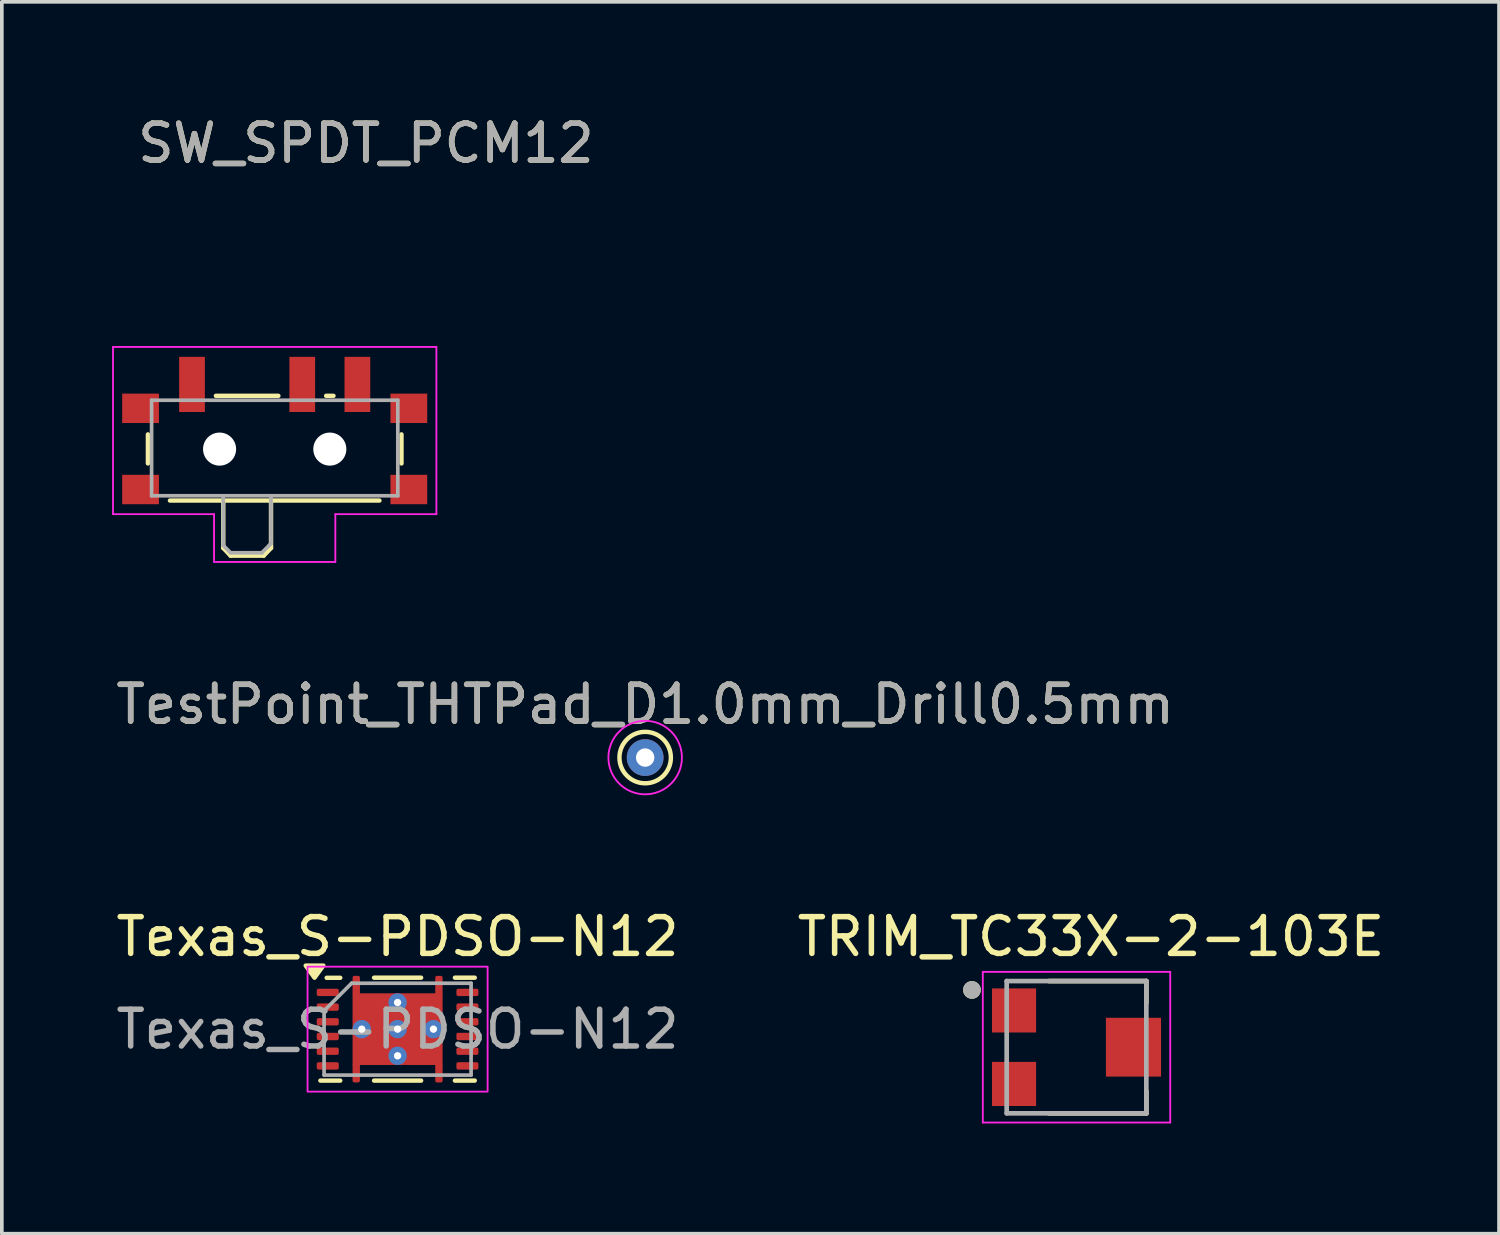
<source format=kicad_pcb>
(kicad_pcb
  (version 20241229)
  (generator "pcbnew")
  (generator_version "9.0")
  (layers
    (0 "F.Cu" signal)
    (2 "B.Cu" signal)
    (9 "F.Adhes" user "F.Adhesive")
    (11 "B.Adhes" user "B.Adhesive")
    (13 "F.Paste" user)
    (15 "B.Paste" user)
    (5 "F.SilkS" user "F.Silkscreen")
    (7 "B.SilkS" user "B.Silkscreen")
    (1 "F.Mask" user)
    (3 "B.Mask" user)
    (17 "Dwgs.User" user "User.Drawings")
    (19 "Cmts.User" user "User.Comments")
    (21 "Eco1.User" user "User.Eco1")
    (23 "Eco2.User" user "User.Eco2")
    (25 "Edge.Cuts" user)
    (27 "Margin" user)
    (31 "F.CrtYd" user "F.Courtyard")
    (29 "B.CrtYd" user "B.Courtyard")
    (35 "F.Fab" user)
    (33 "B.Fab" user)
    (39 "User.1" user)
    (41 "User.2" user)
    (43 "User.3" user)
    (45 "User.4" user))
  (footprint "SW_SPDT_PCM12"
    (layer "F.Cu")
    (at 4.425 8.841)
    (property "Reference" "SW_SPDT_PCM12" (at 2.483 -7.993 180) (layer "F.SilkS") (effects (font (size 1 1) (thickness 0.15))))
    (attr smd)
    (fp_line (start -3.45 -0.07) (end -3.45 0.72) (stroke (width 0.12) (type solid)) (layer "F.SilkS"))
    (fp_line (start -2.85 1.73) (end 2.85 1.73) (stroke (width 0.12) (type solid)) (layer "F.SilkS"))
    (fp_line (start -1.6 -1.12) (end 0.1 -1.12) (stroke (width 0.12) (type solid)) (layer "F.SilkS"))
    (fp_line (start -1.4 1.73) (end -1.4 3.02) (stroke (width 0.12) (type solid)) (layer "F.SilkS"))
    (fp_line (start -1.4 3.02) (end -1.2 3.23) (stroke (width 0.12) (type solid)) (layer "F.SilkS"))
    (fp_line (start -1.2 3.23) (end -0.3 3.23) (stroke (width 0.12) (type solid)) (layer "F.SilkS"))
    (fp_line (start -0.1 3.02) (end -0.3 3.23) (stroke (width 0.12) (type solid)) (layer "F.SilkS"))
    (fp_line (start -0.1 3.02) (end -0.1 1.73) (stroke (width 0.12) (type solid)) (layer "F.SilkS"))
    (fp_line (start 1.4 -1.12) (end 1.6 -1.12) (stroke (width 0.12) (type solid)) (layer "F.SilkS"))
    (fp_line (start 3.45 0.72) (end 3.45 -0.07) (stroke (width 0.12) (type solid)) (layer "F.SilkS"))
    (fp_line (start -4.4 -2.45) (end 4.4 -2.45) (stroke (width 0.05) (type solid)) (layer "F.CrtYd"))
    (fp_line (start -4.4 2.1) (end -4.4 -2.45) (stroke (width 0.05) (type solid)) (layer "F.CrtYd"))
    (fp_line (start -1.65 2.1) (end -4.4 2.1) (stroke (width 0.05) (type solid)) (layer "F.CrtYd"))
    (fp_line (start -1.65 3.4) (end -1.65 2.1) (stroke (width 0.05) (type solid)) (layer "F.CrtYd"))
    (fp_line (start 1.65 2.1) (end 1.65 3.4) (stroke (width 0.05) (type solid)) (layer "F.CrtYd"))
    (fp_line (start 1.65 3.4) (end -1.65 3.4) (stroke (width 0.05) (type solid)) (layer "F.CrtYd"))
    (fp_line (start 4.4 -2.45) (end 4.4 2.1) (stroke (width 0.05) (type solid)) (layer "F.CrtYd"))
    (fp_line (start 4.4 2.1) (end 1.65 2.1) (stroke (width 0.05) (type solid)) (layer "F.CrtYd"))
    (fp_line (start -3.35 -1) (end -3.35 1.6) (stroke (width 0.1) (type solid)) (layer "F.Fab"))
    (fp_line (start -3.35 1.6) (end 3.35 1.6) (stroke (width 0.1) (type solid)) (layer "F.Fab"))
    (fp_line (start -1.4 1.65) (end -1.4 2.95) (stroke (width 0.1) (type solid)) (layer "F.Fab"))
    (fp_line (start -1.4 2.95) (end -1.2 3.15) (stroke (width 0.1) (type solid)) (layer "F.Fab"))
    (fp_line (start -1.2 3.15) (end -0.35 3.15) (stroke (width 0.1) (type solid)) (layer "F.Fab"))
    (fp_line (start -0.35 3.15) (end -0.15 2.95) (stroke (width 0.1) (type solid)) (layer "F.Fab"))
    (fp_line (start -0.15 2.95) (end -0.1 2.9) (stroke (width 0.1) (type solid)) (layer "F.Fab"))
    (fp_line (start -0.1 2.9) (end -0.1 1.6) (stroke (width 0.1) (type solid)) (layer "F.Fab"))
    (fp_line (start 3.35 -1) (end -3.35 -1) (stroke (width 0.1) (type solid)) (layer "F.Fab"))
    (fp_line (start 3.35 1.6) (end 3.35 -1) (stroke (width 0.1) (type solid)) (layer "F.Fab"))
    (fp_text user "${REFERENCE}" (at 2.483 -7.993 180) (layer "F.Fab") (effects (font (size 1 1) (thickness 0.15))))
    (pad "" smd rect (at -3.65 -0.78) (size 1 0.8) (layers "F.Cu" "F.Mask" "F.Paste"))
    (pad "" smd rect (at -3.65 1.43) (size 1 0.8) (layers "F.Cu" "F.Mask" "F.Paste"))
    (pad "" np_thru_hole circle (at -1.5 0.33) (size 0.9 0.9) (drill 0.9) (layers "*.Cu" "*.Mask"))
    (pad "" np_thru_hole circle (at 1.5 0.33) (size 0.9 0.9) (drill 0.9) (layers "*.Cu" "*.Mask"))
    (pad "" smd rect (at 3.65 -0.78) (size 1 0.8) (layers "F.Cu" "F.Mask" "F.Paste"))
    (pad "" smd rect (at 3.65 1.43) (size 1 0.8) (layers "F.Cu" "F.Mask" "F.Paste"))
    (pad "1" smd rect (at -2.25 -1.43) (size 0.7 1.5) (layers "F.Cu" "F.Mask" "F.Paste"))
    (pad "2" smd rect (at 0.75 -1.43) (size 0.7 1.5) (layers "F.Cu" "F.Mask" "F.Paste"))
    (pad "3" smd rect (at 2.25 -1.43) (size 0.7 1.5) (layers "F.Cu" "F.Mask" "F.Paste")))
  (footprint "TestPoint_THTPad_D1.0mm_Drill0.5mm"
    (layer "F.Cu")
    (at 14.506 17.565)
    (property "Reference" "TestPoint_THTPad_D1.0mm_Drill0.5mm" (at 0 -1.448 0) (layer "F.SilkS") (effects (font (size 1 1) (thickness 0.15))))
    (attr exclude_from_pos_files)
    (fp_circle (center 0 0) (end 0 0.7) (stroke (width 0.12) (type solid)) (fill no) (layer "F.SilkS"))
    (fp_circle (center 0 0) (end 1 0) (stroke (width 0.05) (type solid)) (fill no) (layer "F.CrtYd"))
    (fp_text user "${REFERENCE}" (at 0 -1.45 0) (layer "F.Fab") (effects (font (size 1 1) (thickness 0.15))))
    (pad "1" thru_hole circle (at 0 0) (size 1 1) (drill 0.5) (layers "*.Cu" "*.Mask")))
  (footprint "TRIM_TC33X-2-103E"
    (layer "F.Cu")
    (at 26.344 25.446)
    (property "Reference" "TRIM_TC33X-2-103E" (at 0.294 -3.008 0) (layer "F.SilkS") (effects (font (size 1 1) (thickness 0.15))))
    (attr smd)
    (fp_line (start -0.85 -1.8) (end 1.8 -1.8) (stroke (width 0.127) (type solid)) (layer "F.SilkS"))
    (fp_line (start -0.85 1.8) (end 1.8 1.8) (stroke (width 0.127) (type solid)) (layer "F.SilkS"))
    (fp_line (start 1.8 -1.8) (end 1.8 -1.2) (stroke (width 0.127) (type solid)) (layer "F.SilkS"))
    (fp_line (start 1.8 1.8) (end 1.8 1.2) (stroke (width 0.127) (type solid)) (layer "F.SilkS"))
    (fp_circle (center -2.946 -1.558) (end -2.826 -1.558) (stroke (width 0.24) (type solid)) (fill no) (layer "F.SilkS"))
    (fp_line (start -2.65 -2.05) (end 2.45 -2.05) (stroke (width 0.05) (type solid)) (layer "F.CrtYd"))
    (fp_line (start -2.65 2.05) (end -2.65 -2.05) (stroke (width 0.05) (type solid)) (layer "F.CrtYd"))
    (fp_line (start 2.45 -2.05) (end 2.45 2.05) (stroke (width 0.05) (type solid)) (layer "F.CrtYd"))
    (fp_line (start 2.45 2.05) (end -2.65 2.05) (stroke (width 0.05) (type solid)) (layer "F.CrtYd"))
    (fp_line (start -2 -1.8) (end 1.8 -1.8) (stroke (width 0.127) (type solid)) (layer "F.Fab"))
    (fp_line (start -2 1.8) (end -2 -1.8) (stroke (width 0.127) (type solid)) (layer "F.Fab"))
    (fp_line (start 1.8 -1.8) (end 1.8 1.8) (stroke (width 0.127) (type solid)) (layer "F.Fab"))
    (fp_line (start 1.8 1.8) (end -2 1.8) (stroke (width 0.127) (type solid)) (layer "F.Fab"))
    (fp_circle (center -2.946 -1.558) (end -2.826 -1.558) (stroke (width 0.24) (type solid)) (fill no) (layer "F.Fab"))
    (pad "1" smd rect (at -1.8 -1) (size 1.2 1.2) (layers "F.Cu" "F.Mask" "F.Paste"))
    (pad "2" smd rect (at 1.45 0) (size 1.5 1.6) (layers "F.Cu" "F.Mask" "F.Paste"))
    (pad "3" smd rect (at -1.8 1) (size 1.2 1.2) (layers "F.Cu" "F.Mask" "F.Paste")))
  (footprint "Texas_S-PDSO-N12"
    (layer "F.Cu")
    (at 7.769 24.955)
    (property "Reference" "Texas_S-PDSO-N12" (at -0.001 -2.517 180) (layer "F.SilkS") (effects (font (size 1 1) (thickness 0.15))))
    (attr smd)
    (fp_line (start -1.56 -1.397) (end -1.93 -1.397) (stroke (width 0.12) (type solid)) (layer "F.SilkS"))
    (fp_line (start -1.56 1.4) (end -2.1 1.4) (stroke (width 0.12) (type solid)) (layer "F.SilkS"))
    (fp_line (start 0.64 -1.4) (end -0.64 -1.4) (stroke (width 0.12) (type solid)) (layer "F.SilkS"))
    (fp_line (start 0.64 1.4) (end -0.64 1.4) (stroke (width 0.12) (type solid)) (layer "F.SilkS"))
    (fp_line (start 1.56 -1.4) (end 2.1 -1.4) (stroke (width 0.12) (type solid)) (layer "F.SilkS"))
    (fp_line (start 1.56 1.4) (end 2.1 1.4) (stroke (width 0.12) (type solid)) (layer "F.SilkS"))
    (fp_poly (pts (xy -2.26 -1.4) (xy -2.5 -1.73) (xy -2.02 -1.73) (xy -2.26 -1.4)) (stroke (width 0.12) (type solid)) (fill yes) (layer "F.SilkS"))
    (fp_rect (start -2.45 -1.7) (end 2.45 1.7) (stroke (width 0.05) (type default)) (fill no) (layer "F.CrtYd"))
    (fp_line (start -2 -0.5) (end -2 1.25) (stroke (width 0.1) (type solid)) (layer "F.Fab"))
    (fp_line (start -2 -0.5) (end -1.25 -1.25) (stroke (width 0.1) (type solid)) (layer "F.Fab"))
    (fp_line (start -2 1.25) (end 2 1.25) (stroke (width 0.1) (type solid)) (layer "F.Fab"))
    (fp_line (start -1.25 -1.25) (end 2 -1.25) (stroke (width 0.1) (type solid)) (layer "F.Fab"))
    (fp_line (start 2 1.25) (end 2 -1.25) (stroke (width 0.1) (type solid)) (layer "F.Fab"))
    (fp_text user "${REFERENCE}" (at -0.001 0.003 180) (layer "F.Fab") (effects (font (size 1 1) (thickness 0.15))))
    (pad "" smd roundrect (at -1.125 -1.262) (size 0.2 0.375) (layers "F.Paste") (roundrect_rratio 0.25))
    (pad "" smd roundrect (at -1.125 1.262) (size 0.2 0.375) (layers "F.Paste") (roundrect_rratio 0.25))
    (pad "" smd roundrect (at -0.64 0) (size 1.08 1.75) (layers "F.Paste") (roundrect_rratio 0.25))
    (pad "" smd roundrect (at 0.64 0) (size 1.08 1.75) (layers "F.Paste") (roundrect_rratio 0.25))
    (pad "" smd roundrect (at 1.125 -1.262) (size 0.2 0.375) (layers "F.Paste") (roundrect_rratio 0.25))
    (pad "" smd roundrect (at 1.125 1.262) (size 0.2 0.375) (layers "F.Paste") (roundrect_rratio 0.25))
    (pad "1" smd roundrect (at -1.9 -1) (size 0.6 0.2) (layers "F.Cu" "F.Mask" "F.Paste") (roundrect_rratio 0.25) (chamfer_ratio 0.2) (chamfer))
    (pad "2" smd roundrect (at -1.9 -0.6) (size 0.6 0.2) (layers "F.Cu" "F.Mask" "F.Paste") (roundrect_rratio 0.25) (chamfer_ratio 0.2) (chamfer))
    (pad "3" smd roundrect (at -1.9 -0.2) (size 0.6 0.2) (layers "F.Cu" "F.Mask" "F.Paste") (roundrect_rratio 0.25) (chamfer_ratio 0.2) (chamfer))
    (pad "4" smd roundrect (at -1.9 0.2) (size 0.6 0.2) (layers "F.Cu" "F.Mask" "F.Paste") (roundrect_rratio 0.25) (chamfer_ratio 0.2) (chamfer))
    (pad "5" smd roundrect (at -1.9 0.6) (size 0.6 0.2) (layers "F.Cu" "F.Mask" "F.Paste") (roundrect_rratio 0.25) (chamfer_ratio 0.2) (chamfer))
    (pad "6" smd roundrect (at -1.9 1) (size 0.6 0.2) (layers "F.Cu" "F.Mask" "F.Paste") (roundrect_rratio 0.25) (chamfer_ratio 0.2) (chamfer))
    (pad "7" smd roundrect (at 1.9 1) (size 0.6 0.2) (layers "F.Cu" "F.Mask" "F.Paste") (roundrect_rratio 0.25) (chamfer_ratio 0.2) (chamfer))
    (pad "8" smd roundrect (at 1.9 0.6) (size 0.6 0.2) (layers "F.Cu" "F.Mask" "F.Paste") (roundrect_rratio 0.25) (chamfer_ratio 0.2) (chamfer))
    (pad "9" smd roundrect (at 1.9 0.2) (size 0.6 0.2) (layers "F.Cu" "F.Mask" "F.Paste") (roundrect_rratio 0.25) (chamfer_ratio 0.2) (chamfer))
    (pad "10" smd roundrect (at 1.9 -0.2) (size 0.6 0.2) (layers "F.Cu" "F.Mask" "F.Paste") (roundrect_rratio 0.25) (chamfer_ratio 0.2) (chamfer))
    (pad "11" smd roundrect (at 1.9 -0.6) (size 0.6 0.2) (layers "F.Cu" "F.Mask" "F.Paste") (roundrect_rratio 0.25) (chamfer_ratio 0.2) (chamfer))
    (pad "12" smd roundrect (at 1.9 -1) (size 0.6 0.2) (layers "F.Cu" "F.Mask" "F.Paste") (roundrect_rratio 0.25) (chamfer_ratio 0.2) (chamfer))
    (pad "13" smd roundrect (at -1.125 -1.188 270) (size 0.525 0.2) (layers "F.Cu" "F.Mask") (roundrect_rratio 0.25))
    (pad "13" smd roundrect (at -1.125 1.188 270) (size 0.525 0.2) (layers "F.Cu" "F.Mask") (roundrect_rratio 0.25))
    (pad "13" thru_hole circle (at -0.975 0) (size 0.5 0.5) (drill 0.2) (property pad_prop_heatsink) (layers "*.Cu"))
    (pad "13" thru_hole circle (at 0 -0.725) (size 0.5 0.5) (drill 0.2) (property pad_prop_heatsink) (layers "*.Cu"))
    (pad "13" thru_hole circle (at 0 0) (size 0.5 0.5) (drill 0.2) (property pad_prop_heatsink) (layers "*.Cu"))
    (pad "13" smd rect (at 0 0 270) (size 1.95 2.45) (layers "F.Cu" "F.Mask"))
    (pad "13" thru_hole circle (at 0 0.725) (size 0.5 0.5) (drill 0.2) (property pad_prop_heatsink) (layers "*.Cu"))
    (pad "13" thru_hole circle (at 0.975 0) (size 0.5 0.5) (drill 0.2) (property pad_prop_heatsink) (layers "*.Cu"))
    (pad "13" smd roundrect (at 1.125 -1.188 270) (size 0.525 0.2) (layers "F.Cu" "F.Mask") (roundrect_rratio 0.25))
    (pad "13" smd roundrect (at 1.125 1.188 270) (size 0.525 0.2) (layers "F.Cu" "F.Mask") (roundrect_rratio 0.25)))
  (gr_rect
    (start -3 -3)
    (end 37.741 30.521)
    (stroke (width 0.1) (type default))
    (fill no)
    (layer "Edge.Cuts")))
</source>
